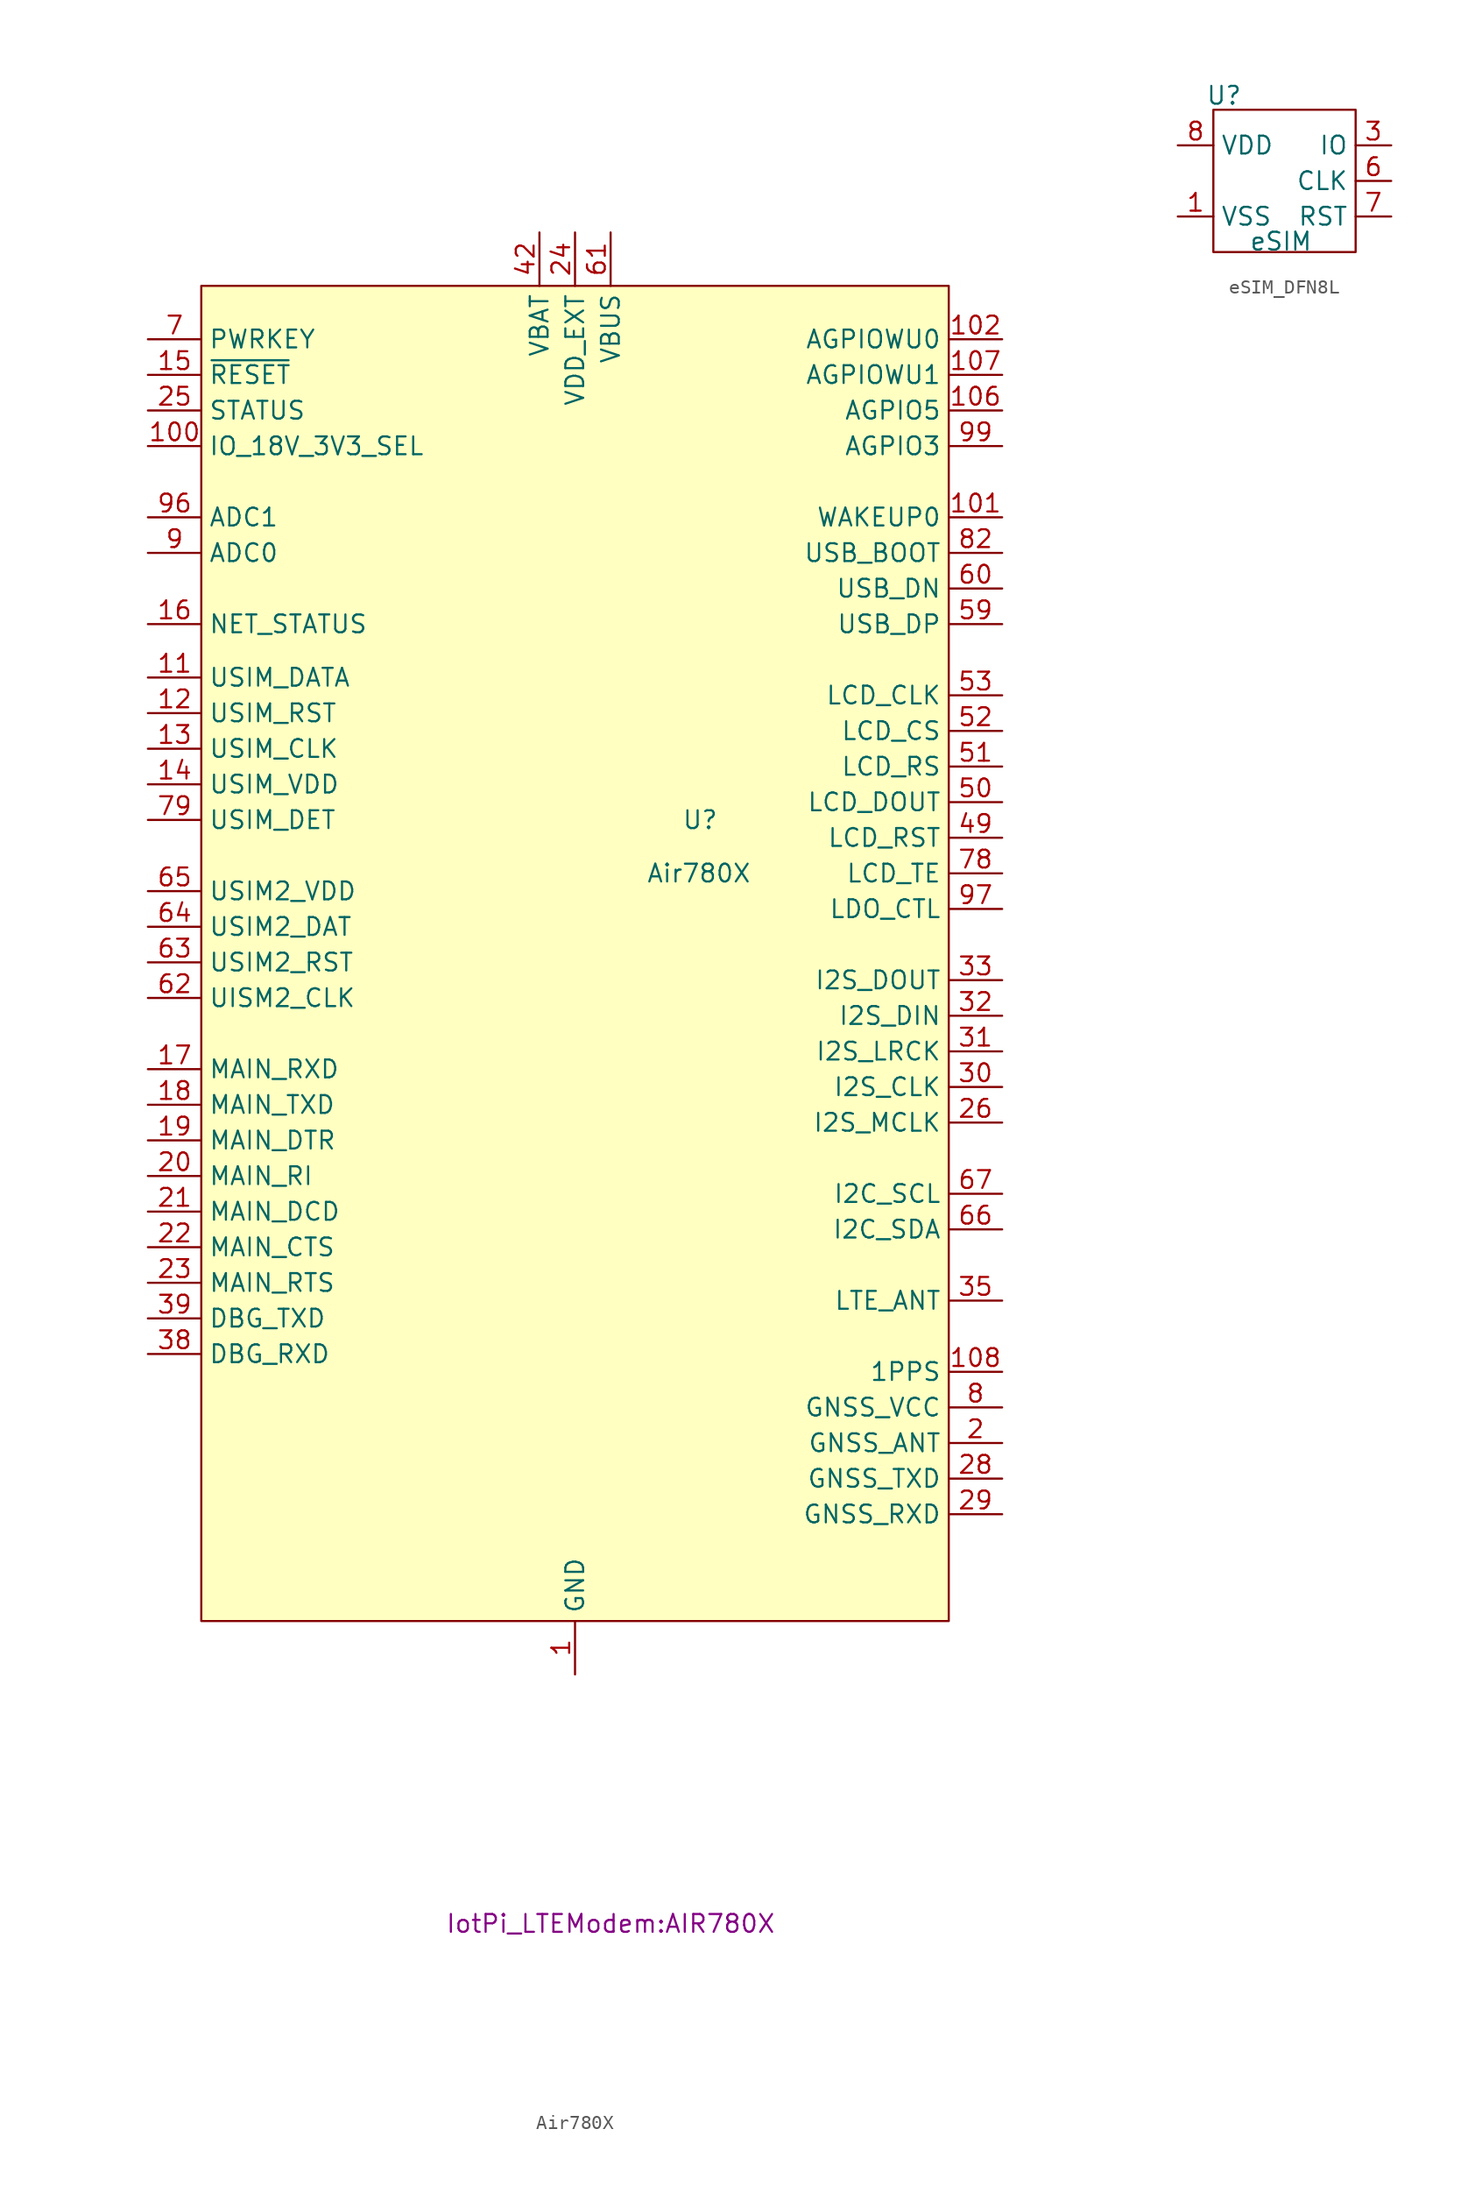
<source format=kicad_sym>
(kicad_symbol_lib
  (version 20231120)
  (generator "kicad_symbol_editor")
  (generator_version "8.0")
  (symbol "Air780X"
    (property "Reference" "U"
      (at 7.62 12.7 0)
      (effects (font (size 1.27 1.27)) (justify left)))
    (property "Value" "Air780X"
      (at 5.08 8.89 0)
      (effects (font (size 1.27 1.27)) (justify left)))
    (property "Footprint" "IotPi_LTEModem:AIR780X"
      (at 2.54 -66.04 0)
      (effects (font (size 1.27 1.27))))
    (symbol "Air780X_1_1"
      (rectangle (start -26.67 50.8) (end 26.67 -44.45) (stroke (width 0) (type default)) (fill (type background)))
      (pin power_in line (at 0 -48.26 90) (length 3.81) (name "GND" (effects (font (size 1.27 1.27)))) (number "1" (effects (font (size 1.27 1.27)))))
      (pin power_in line (at 0 -48.26 90) (length 3.81) hide (name "GND" (effects (font (size 1.27 1.27)))) (number "10" (effects (font (size 1.27 1.27)))))
      (pin input line (at -30.48 39.37 0) (length 3.81) (name "IO_18V_3V3_SEL" (effects (font (size 1.27 1.27)))) (number "100" (effects (font (size 1.27 1.27)))))
      (pin input line (at 30.48 34.29 180) (length 3.81) (name "WAKEUP0" (effects (font (size 1.27 1.27)))) (number "101" (effects (font (size 1.27 1.27)))))
      (pin input line (at 30.48 46.99 180) (length 3.81) (name "AGPIOWU0" (effects (font (size 1.27 1.27)))) (number "102" (effects (font (size 1.27 1.27)))) (alternate "GPIO[20]" bidirectional line))
      (pin no_connect line (at 12.7 54.61 270) (length 3.81) hide (name "Reserved" (effects (font (size 1.27 1.27)))) (number "103" (effects (font (size 1.27 1.27)))))
      (pin no_connect line (at 15.24 54.61 270) (length 3.81) hide (name "Reserved" (effects (font (size 1.27 1.27)))) (number "104" (effects (font (size 1.27 1.27)))))
      (pin no_connect line (at 2.54 -48.26 90) (length 3.81) hide (name "Reserved" (effects (font (size 1.27 1.27)))) (number "105" (effects (font (size 1.27 1.27)))))
      (pin bidirectional line (at 30.48 41.91 180) (length 3.81) (name "AGPIO5" (effects (font (size 1.27 1.27)))) (number "106" (effects (font (size 1.27 1.27)))) (alternate "GPIO25" bidirectional line))
      (pin bidirectional line (at 30.48 44.45 180) (length 3.81) (name "AGPIOWU1" (effects (font (size 1.27 1.27)))) (number "107" (effects (font (size 1.27 1.27)))) (alternate "GPIO21" bidirectional line))
      (pin output line (at 30.48 -26.67 180) (length 3.81) (name "1PPS" (effects (font (size 1.27 1.27)))) (number "108" (effects (font (size 1.27 1.27)))))
      (pin no_connect line (at -5.08 54.61 270) (length 3.81) hide (name "Reserved" (effects (font (size 1.27 1.27)))) (number "109" (effects (font (size 1.27 1.27)))))
      (pin bidirectional line (at -30.48 22.86 0) (length 3.81) (name "USIM_DATA" (effects (font (size 1.27 1.27)))) (number "11" (effects (font (size 1.27 1.27)))))
      (pin output line (at -30.48 20.32 0) (length 3.81) (name "USIM_RST" (effects (font (size 1.27 1.27)))) (number "12" (effects (font (size 1.27 1.27)))))
      (pin output line (at -30.48 17.78 0) (length 3.81) (name "USIM_CLK" (effects (font (size 1.27 1.27)))) (number "13" (effects (font (size 1.27 1.27)))))
      (pin power_out line (at -30.48 15.24 0) (length 3.81) (name "USIM_VDD" (effects (font (size 1.27 1.27)))) (number "14" (effects (font (size 1.27 1.27)))))
      (pin input line (at -30.48 44.45 0) (length 3.81) (name "~{RESET}" (effects (font (size 1.27 1.27)))) (number "15" (effects (font (size 1.27 1.27)))))
      (pin output line (at -30.48 26.67 0) (length 3.81) (name "NET_STATUS" (effects (font (size 1.27 1.27)))) (number "16" (effects (font (size 1.27 1.27)))) (alternate "GPIO27" bidirectional line))
      (pin input line (at -30.48 -5.08 0) (length 3.81) (name "MAIN_RXD" (effects (font (size 1.27 1.27)))) (number "17" (effects (font (size 1.27 1.27)))) (alternate "GPIO18" bidirectional line))
      (pin output line (at -30.48 -7.62 0) (length 3.81) (name "MAIN_TXD" (effects (font (size 1.27 1.27)))) (number "18" (effects (font (size 1.27 1.27)))) (alternate "GPIO19" bidirectional line))
      (pin input line (at -30.48 -10.16 0) (length 3.81) (name "MAIN_DTR" (effects (font (size 1.27 1.27)))) (number "19" (effects (font (size 1.27 1.27)))) (alternate "GPIO22" bidirectional line))
      (pin passive line (at 30.48 -31.75 180) (length 3.81) (name "GNSS_ANT" (effects (font (size 1.27 1.27)))) (number "2" (effects (font (size 1.27 1.27)))))
      (pin output line (at -30.48 -12.7 0) (length 3.81) (name "MAIN_RI" (effects (font (size 1.27 1.27)))) (number "20" (effects (font (size 1.27 1.27)))) (alternate "GPIO24" bidirectional line))
      (pin bidirectional line (at -30.48 -15.24 0) (length 3.81) (name "MAIN_DCD" (effects (font (size 1.27 1.27)))) (number "21" (effects (font (size 1.27 1.27)))) (alternate "GPIO2" bidirectional line))
      (pin output line (at -30.48 -17.78 0) (length 3.81) (name "MAIN_CTS" (effects (font (size 1.27 1.27)))) (number "22" (effects (font (size 1.27 1.27)))) (alternate "GPIO16" bidirectional line))
      (pin input line (at -30.48 -20.32 0) (length 3.81) (name "MAIN_RTS" (effects (font (size 1.27 1.27)))) (number "23" (effects (font (size 1.27 1.27)))) (alternate "GPIO17" bidirectional line))
      (pin power_out line (at 0 54.61 270) (length 3.81) (name "VDD_EXT" (effects (font (size 1.27 1.27)))) (number "24" (effects (font (size 1.27 1.27)))))
      (pin output line (at -30.48 41.91 0) (length 3.81) (name "STATUS" (effects (font (size 1.27 1.27)))) (number "25" (effects (font (size 1.27 1.27)))) (alternate "GPIO26" bidirectional line))
      (pin output line (at 30.48 -8.89 180) (length 3.81) (name "I2S_MCLK" (effects (font (size 1.27 1.27)))) (number "26" (effects (font (size 1.27 1.27)))))
      (pin power_in line (at 0 -48.26 90) (length 3.81) hide (name "GND" (effects (font (size 1.27 1.27)))) (number "27" (effects (font (size 1.27 1.27)))))
      (pin output line (at 30.48 -34.29 180) (length 3.81) (name "GNSS_TXD" (effects (font (size 1.27 1.27)))) (number "28" (effects (font (size 1.27 1.27)))))
      (pin input line (at 30.48 -36.83 180) (length 3.81) (name "GNSS_RXD" (effects (font (size 1.27 1.27)))) (number "29" (effects (font (size 1.27 1.27)))))
      (pin no_connect line (at -30.48 -27.94 0) (length 3.81) hide (name "Reserved" (effects (font (size 1.27 1.27)))) (number "3" (effects (font (size 1.27 1.27)))))
      (pin output line (at 30.48 -6.35 180) (length 3.81) (name "I2S_CLK" (effects (font (size 1.27 1.27)))) (number "30" (effects (font (size 1.27 1.27)))) (alternate "GPIO29" bidirectional line))
      (pin output line (at 30.48 -3.81 180) (length 3.81) (name "I2S_LRCK" (effects (font (size 1.27 1.27)))) (number "31" (effects (font (size 1.27 1.27)))) (alternate "GPIO30" bidirectional line))
      (pin input line (at 30.48 -1.27 180) (length 3.81) (name "I2S_DIN" (effects (font (size 1.27 1.27)))) (number "32" (effects (font (size 1.27 1.27)))) (alternate "GPIO31" bidirectional line))
      (pin output line (at 30.48 1.27 180) (length 3.81) (name "I2S_DOUT" (effects (font (size 1.27 1.27)))) (number "33" (effects (font (size 1.27 1.27)))))
      (pin power_in line (at 0 -48.26 90) (length 3.81) hide (name "GND" (effects (font (size 1.27 1.27)))) (number "34" (effects (font (size 1.27 1.27)))))
      (pin passive line (at 30.48 -21.59 180) (length 3.81) (name "LTE_ANT" (effects (font (size 1.27 1.27)))) (number "35" (effects (font (size 1.27 1.27)))))
      (pin power_in line (at 0 -48.26 90) (length 3.81) hide (name "GND" (effects (font (size 1.27 1.27)))) (number "36" (effects (font (size 1.27 1.27)))))
      (pin power_in line (at 0 -48.26 90) (length 3.81) hide (name "GND" (effects (font (size 1.27 1.27)))) (number "37" (effects (font (size 1.27 1.27)))))
      (pin input line (at -30.48 -25.4 0) (length 3.81) (name "DBG_RXD" (effects (font (size 1.27 1.27)))) (number "38" (effects (font (size 1.27 1.27)))) (alternate "GPIO1" bidirectional line))
      (pin output line (at -30.48 -22.86 0) (length 3.81) (name "DBG_TXD" (effects (font (size 1.27 1.27)))) (number "39" (effects (font (size 1.27 1.27)))) (alternate "GPIO15" bidirectional line))
      (pin no_connect line (at -30.48 -30.48 0) (length 3.81) hide (name "Reserved" (effects (font (size 1.27 1.27)))) (number "4" (effects (font (size 1.27 1.27)))))
      (pin power_in line (at 0 -48.26 90) (length 3.81) hide (name "GND" (effects (font (size 1.27 1.27)))) (number "40" (effects (font (size 1.27 1.27)))))
      (pin power_in line (at 0 -48.26 90) (length 3.81) hide (name "GND" (effects (font (size 1.27 1.27)))) (number "41" (effects (font (size 1.27 1.27)))))
      (pin power_in line (at -2.54 54.61 270) (length 3.81) (name "VBAT" (effects (font (size 1.27 1.27)))) (number "42" (effects (font (size 1.27 1.27)))))
      (pin passive line (at -2.54 54.61 270) (length 3.81) hide (name "VBAT" (effects (font (size 1.27 1.27)))) (number "43" (effects (font (size 1.27 1.27)))))
      (pin no_connect line (at -2.54 -48.26 90) (length 3.81) hide (name "Reserved" (effects (font (size 1.27 1.27)))) (number "44" (effects (font (size 1.27 1.27)))))
      (pin power_in line (at 0 -48.26 90) (length 3.81) hide (name "GND" (effects (font (size 1.27 1.27)))) (number "45" (effects (font (size 1.27 1.27)))))
      (pin power_in line (at 0 -48.26 90) (length 3.81) hide (name "GND" (effects (font (size 1.27 1.27)))) (number "46" (effects (font (size 1.27 1.27)))))
      (pin power_in line (at 0 -48.26 90) (length 3.81) hide (name "GND" (effects (font (size 1.27 1.27)))) (number "47" (effects (font (size 1.27 1.27)))))
      (pin power_in line (at 0 -48.26 90) (length 3.81) hide (name "GND" (effects (font (size 1.27 1.27)))) (number "48" (effects (font (size 1.27 1.27)))))
      (pin output line (at 30.48 11.43 180) (length 3.81) (name "LCD_RST" (effects (font (size 1.27 1.27)))) (number "49" (effects (font (size 1.27 1.27)))) (alternate "GPIO1" bidirectional line))
      (pin no_connect line (at -30.48 -33.02 0) (length 3.81) hide (name "Reserved" (effects (font (size 1.27 1.27)))) (number "5" (effects (font (size 1.27 1.27)))))
      (pin output line (at 30.48 13.97 180) (length 3.81) (name "LCD_DOUT" (effects (font (size 1.27 1.27)))) (number "50" (effects (font (size 1.27 1.27)))) (alternate "GPIO9" unspecified line))
      (pin output line (at 30.48 16.51 180) (length 3.81) (name "LCD_RS" (effects (font (size 1.27 1.27)))) (number "51" (effects (font (size 1.27 1.27)))) (alternate "GPIO10" bidirectional line))
      (pin output line (at 30.48 19.05 180) (length 3.81) (name "LCD_CS" (effects (font (size 1.27 1.27)))) (number "52" (effects (font (size 1.27 1.27)))) (alternate "GPIO8" unspecified line))
      (pin output line (at 30.48 21.59 180) (length 3.81) (name "LCD_CLK" (effects (font (size 1.27 1.27)))) (number "53" (effects (font (size 1.27 1.27)))) (alternate "GPIO11" bidirectional line))
      (pin no_connect line (at -30.48 -38.1 0) (length 3.81) hide (name "Reserved" (effects (font (size 1.27 1.27)))) (number "54" (effects (font (size 1.27 1.27)))))
      (pin no_connect line (at -30.48 -40.64 0) (length 3.81) hide (name "Reserved" (effects (font (size 1.27 1.27)))) (number "55" (effects (font (size 1.27 1.27)))))
      (pin no_connect line (at -30.48 -43.18 0) (length 3.81) hide (name "Reserved" (effects (font (size 1.27 1.27)))) (number "56" (effects (font (size 1.27 1.27)))))
      (pin no_connect line (at -15.24 -48.26 90) (length 3.81) hide (name "Reserved" (effects (font (size 1.27 1.27)))) (number "57" (effects (font (size 1.27 1.27)))))
      (pin no_connect line (at -12.7 -48.26 90) (length 3.81) hide (name "Reserved" (effects (font (size 1.27 1.27)))) (number "58" (effects (font (size 1.27 1.27)))))
      (pin bidirectional line (at 30.48 26.67 180) (length 3.81) (name "USB_DP" (effects (font (size 1.27 1.27)))) (number "59" (effects (font (size 1.27 1.27)))))
      (pin no_connect line (at -30.48 -35.56 0) (length 3.81) hide (name "Reserved" (effects (font (size 1.27 1.27)))) (number "6" (effects (font (size 1.27 1.27)))))
      (pin bidirectional line (at 30.48 29.21 180) (length 3.81) (name "USB_DN" (effects (font (size 1.27 1.27)))) (number "60" (effects (font (size 1.27 1.27)))))
      (pin power_in line (at 2.54 54.61 270) (length 3.81) (name "VBUS" (effects (font (size 1.27 1.27)))) (number "61" (effects (font (size 1.27 1.27)))))
      (pin output line (at -30.48 0 0) (length 3.81) (name "UISM2_CLK" (effects (font (size 1.27 1.27)))) (number "62" (effects (font (size 1.27 1.27)))))
      (pin output line (at -30.48 2.54 0) (length 3.81) (name "USIM2_RST" (effects (font (size 1.27 1.27)))) (number "63" (effects (font (size 1.27 1.27)))))
      (pin bidirectional line (at -30.48 5.08 0) (length 3.81) (name "USIM2_DAT" (effects (font (size 1.27 1.27)))) (number "64" (effects (font (size 1.27 1.27)))))
      (pin power_out line (at -30.48 7.62 0) (length 3.81) (name "USIM2_VDD" (effects (font (size 1.27 1.27)))) (number "65" (effects (font (size 1.27 1.27)))))
      (pin bidirectional line (at 30.48 -16.51 180) (length 3.81) (name "I2C_SDA" (effects (font (size 1.27 1.27)))) (number "66" (effects (font (size 1.27 1.27)))))
      (pin output line (at 30.48 -13.97 180) (length 3.81) (name "I2C_SCL" (effects (font (size 1.27 1.27)))) (number "67" (effects (font (size 1.27 1.27)))))
      (pin no_connect line (at -10.16 -48.26 90) (length 3.81) hide (name "Reserved" (effects (font (size 1.27 1.27)))) (number "68" (effects (font (size 1.27 1.27)))))
      (pin no_connect line (at -7.62 -48.26 90) (length 3.81) hide (name "Reserved" (effects (font (size 1.27 1.27)))) (number "69" (effects (font (size 1.27 1.27)))))
      (pin input line (at -30.48 46.99 0) (length 3.81) (name "PWRKEY" (effects (font (size 1.27 1.27)))) (number "7" (effects (font (size 1.27 1.27)))))
      (pin power_in line (at 0 -48.26 90) (length 3.81) hide (name "GND" (effects (font (size 1.27 1.27)))) (number "70" (effects (font (size 1.27 1.27)))))
      (pin power_in line (at 0 -48.26 90) (length 3.81) hide (name "GND" (effects (font (size 1.27 1.27)))) (number "71" (effects (font (size 1.27 1.27)))))
      (pin power_in line (at 0 -48.26 90) (length 3.81) hide (name "GND" (effects (font (size 1.27 1.27)))) (number "72" (effects (font (size 1.27 1.27)))))
      (pin power_in line (at 0 -48.26 90) (length 3.81) hide (name "GND" (effects (font (size 1.27 1.27)))) (number "73" (effects (font (size 1.27 1.27)))))
      (pin no_connect line (at -7.62 54.61 270) (length 3.81) hide (name "Reserved" (effects (font (size 1.27 1.27)))) (number "74" (effects (font (size 1.27 1.27)))))
      (pin no_connect line (at -10.16 54.61 270) (length 3.81) hide (name "Reserved" (effects (font (size 1.27 1.27)))) (number "75" (effects (font (size 1.27 1.27)))))
      (pin no_connect line (at -12.7 54.61 270) (length 3.81) hide (name "Reserved" (effects (font (size 1.27 1.27)))) (number "76" (effects (font (size 1.27 1.27)))))
      (pin no_connect line (at 10.16 54.61 270) (length 3.81) hide (name "Reserved" (effects (font (size 1.27 1.27)))) (number "77" (effects (font (size 1.27 1.27)))))
      (pin output line (at 30.48 8.89 180) (length 3.81) (name "LCD_TE" (effects (font (size 1.27 1.27)))) (number "78" (effects (font (size 1.27 1.27)))) (alternate "GPIO28" bidirectional line))
      (pin input line (at -30.48 12.7 0) (length 3.81) (name "USIM_DET" (effects (font (size 1.27 1.27)))) (number "79" (effects (font (size 1.27 1.27)))) (alternate "WAKEUP2" input line))
      (pin power_out line (at 30.48 -29.21 180) (length 3.81) (name "GNSS_VCC" (effects (font (size 1.27 1.27)))) (number "8" (effects (font (size 1.27 1.27)))))
      (pin no_connect line (at 7.62 54.61 270) (length 3.81) hide (name "Reserved" (effects (font (size 1.27 1.27)))) (number "80" (effects (font (size 1.27 1.27)))))
      (pin no_connect line (at 5.08 54.61 270) (length 3.81) hide (name "Reserved" (effects (font (size 1.27 1.27)))) (number "81" (effects (font (size 1.27 1.27)))))
      (pin input line (at 30.48 31.75 180) (length 3.81) (name "USB_BOOT" (effects (font (size 1.27 1.27)))) (number "82" (effects (font (size 1.27 1.27)))))
      (pin no_connect line (at 5.08 -48.26 90) (length 3.81) hide (name "Reserved" (effects (font (size 1.27 1.27)))) (number "83" (effects (font (size 1.27 1.27)))))
      (pin no_connect line (at 7.62 -48.26 90) (length 3.81) hide (name "Reserved" (effects (font (size 1.27 1.27)))) (number "84" (effects (font (size 1.27 1.27)))))
      (pin no_connect line (at 10.16 -48.26 90) (length 3.81) hide (name "Reserved" (effects (font (size 1.27 1.27)))) (number "85" (effects (font (size 1.27 1.27)))))
      (pin no_connect line (at 12.7 -48.26 90) (length 3.81) hide (name "Reserved" (effects (font (size 1.27 1.27)))) (number "86" (effects (font (size 1.27 1.27)))))
      (pin no_connect line (at 15.24 -48.26 90) (length 3.81) hide (name "Reserved" (effects (font (size 1.27 1.27)))) (number "87" (effects (font (size 1.27 1.27)))))
      (pin power_in line (at 0 -48.26 90) (length 3.81) hide (name "GND" (effects (font (size 1.27 1.27)))) (number "88" (effects (font (size 1.27 1.27)))))
      (pin power_in line (at 0 -48.26 90) (length 3.81) hide (name "GND" (effects (font (size 1.27 1.27)))) (number "89" (effects (font (size 1.27 1.27)))))
      (pin input line (at -30.48 31.75 0) (length 3.81) (name "ADC0" (effects (font (size 1.27 1.27)))) (number "9" (effects (font (size 1.27 1.27)))))
      (pin power_in line (at 0 -48.26 90) (length 3.81) hide (name "GND" (effects (font (size 1.27 1.27)))) (number "90" (effects (font (size 1.27 1.27)))))
      (pin power_in line (at 0 -48.26 90) (length 3.81) hide (name "GND" (effects (font (size 1.27 1.27)))) (number "91" (effects (font (size 1.27 1.27)))))
      (pin power_in line (at 0 -48.26 90) (length 3.81) hide (name "GND" (effects (font (size 1.27 1.27)))) (number "92" (effects (font (size 1.27 1.27)))))
      (pin power_in line (at 0 -48.26 90) (length 3.81) hide (name "GND" (effects (font (size 1.27 1.27)))) (number "93" (effects (font (size 1.27 1.27)))))
      (pin power_in line (at 0 -48.26 90) (length 3.81) hide (name "GND" (effects (font (size 1.27 1.27)))) (number "94" (effects (font (size 1.27 1.27)))))
      (pin power_in line (at 0 -48.26 90) (length 3.81) hide (name "GND" (effects (font (size 1.27 1.27)))) (number "95" (effects (font (size 1.27 1.27)))))
      (pin input line (at -30.48 34.29 0) (length 3.81) (name "ADC1" (effects (font (size 1.27 1.27)))) (number "96" (effects (font (size 1.27 1.27)))))
      (pin output line (at 30.48 6.35 180) (length 3.81) (name "LDO_CTL" (effects (font (size 1.27 1.27)))) (number "97" (effects (font (size 1.27 1.27)))) (alternate "GPIO12" bidirectional line))
      (pin no_connect line (at -5.08 -48.26 90) (length 3.81) hide (name "Reserved" (effects (font (size 1.27 1.27)))) (number "98" (effects (font (size 1.27 1.27)))))
      (pin bidirectional line (at 30.48 39.37 180) (length 3.81) (name "AGPIO3" (effects (font (size 1.27 1.27)))) (number "99" (effects (font (size 1.27 1.27)))))))
  (symbol "eSIM_DFN8L"
    (property "Reference" "U"
      (at -4.318 6.096 0)
      (effects (font (size 1.27 1.27))))
    (property "Value" "eSIM"
      (at -0.254 -4.318 0)
      (effects (font (size 1.27 1.27))))
    (symbol "eSIM_DFN8L_0_1"
      (rectangle (start -5.08 5.08) (end 5.08 -5.08) (stroke (width 0) (type default)) (fill (type none))))
    (symbol "eSIM_DFN8L_1_1"
      (pin power_in line (at -7.62 -2.54 0) (length 2.54) (name "VSS" (effects (font (size 1.27 1.27)))) (number "1" (effects (font (size 1.27 1.27)))))
      (pin no_connect line (at -7.62 0 0) (length 2.54) hide (name "NC" (effects (font (size 1.27 1.27)))) (number "2" (effects (font (size 1.27 1.27)))))
      (pin bidirectional line (at 7.62 2.54 180) (length 2.54) (name "IO" (effects (font (size 1.27 1.27)))) (number "3" (effects (font (size 1.27 1.27)))))
      (pin no_connect line (at -1.27 7.62 270) (length 2.54) hide (name "NC" (effects (font (size 1.27 1.27)))) (number "4" (effects (font (size 1.27 1.27)))))
      (pin no_connect line (at 1.27 7.62 270) (length 2.54) hide (name "NC" (effects (font (size 1.27 1.27)))) (number "5" (effects (font (size 1.27 1.27)))))
      (pin input line (at 7.62 0 180) (length 2.54) (name "CLK" (effects (font (size 1.27 1.27)))) (number "6" (effects (font (size 1.27 1.27)))))
      (pin input line (at 7.62 -2.54 180) (length 2.54) (name "RST" (effects (font (size 1.27 1.27)))) (number "7" (effects (font (size 1.27 1.27)))))
      (pin power_in line (at -7.62 2.54 0) (length 2.54) (name "VDD" (effects (font (size 1.27 1.27)))) (number "8" (effects (font (size 1.27 1.27))))))))
</source>
